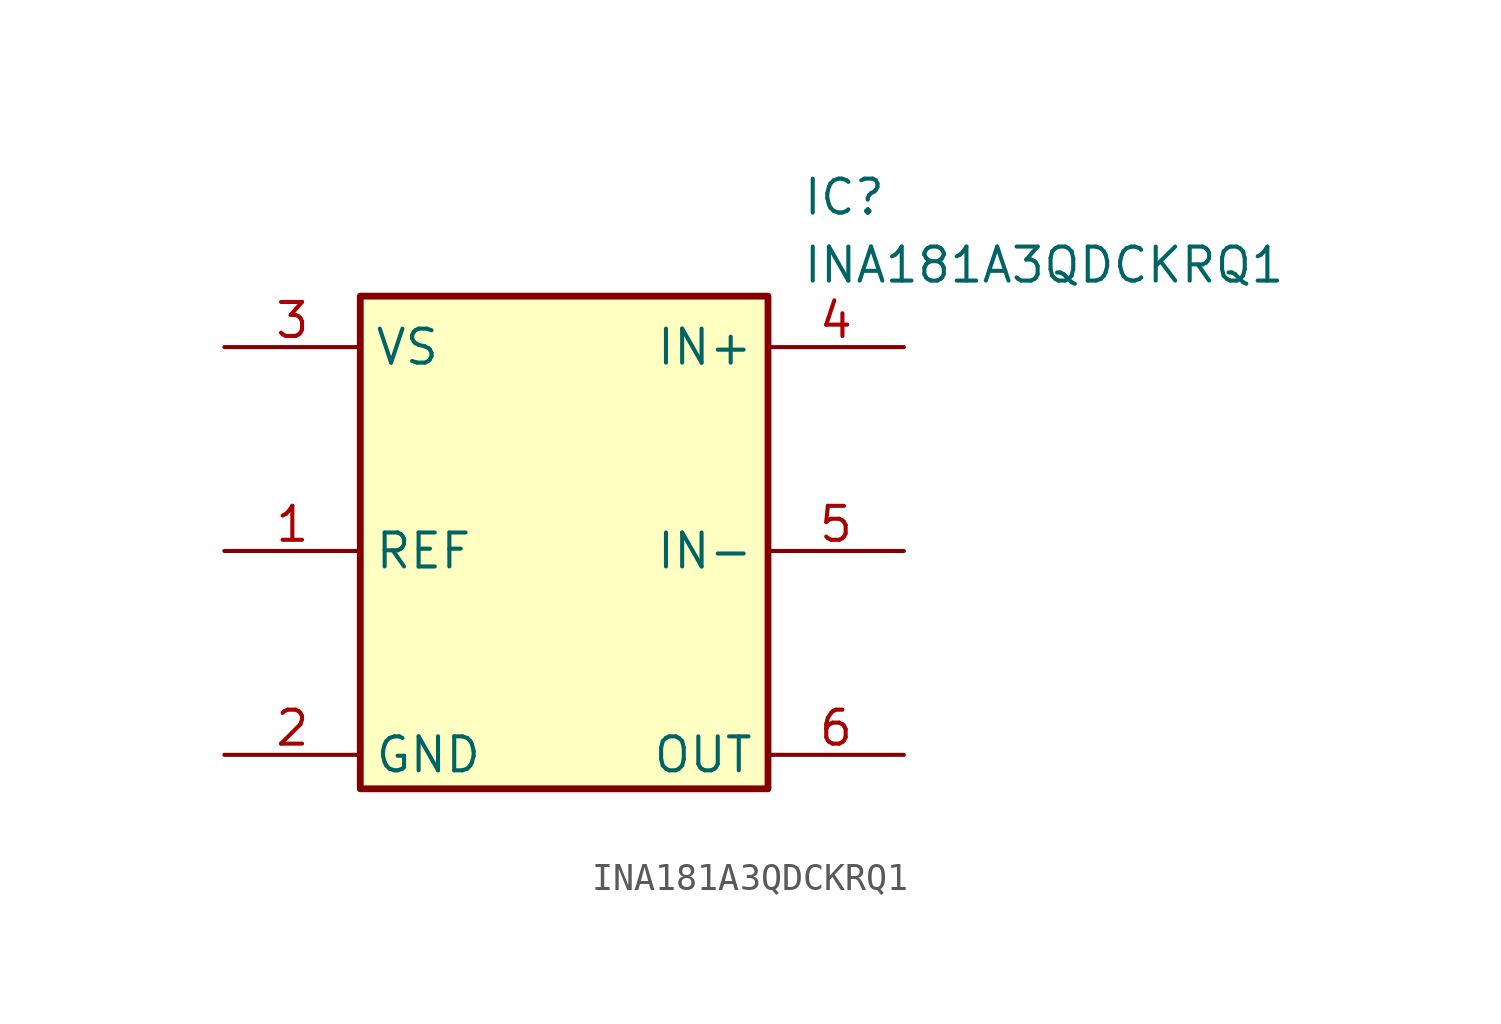
<source format=kicad_sym>
(kicad_symbol_lib
  (version 20231120)
  (generator "kicad_symbol_editor")
  (generator_version "8.0")
  (symbol "INA181A3QDCKRQ1"
    (property "Reference" "IC"
      (at 21.59 7.62 0)
      (effects (font (size 1.27 1.27)) (justify left top)))
    (property "Value" "INA181A3QDCKRQ1"
      (at 21.59 5.08 0)
      (effects (font (size 1.27 1.27)) (justify left top)))
    (symbol "INA181A3QDCKRQ1_1_1"
      (rectangle (start 5.08 3.175) (end 20.32 -15.24) (stroke (width 0.254) (type default)) (fill (type background)))
      (pin passive line (at 0 -6.35 0) (length 5.08) (name "REF" (effects (font (size 1.27 1.27)))) (number "1" (effects (font (size 1.27 1.27)))))
      (pin passive line (at 0 -13.97 0) (length 5.08) (name "GND" (effects (font (size 1.27 1.27)))) (number "2" (effects (font (size 1.27 1.27)))))
      (pin passive line (at 0 1.27 0) (length 5.08) (name "VS" (effects (font (size 1.27 1.27)))) (number "3" (effects (font (size 1.27 1.27)))))
      (pin passive line (at 25.4 1.27 180) (length 5.08) (name "IN+" (effects (font (size 1.27 1.27)))) (number "4" (effects (font (size 1.27 1.27)))))
      (pin passive line (at 25.4 -6.35 180) (length 5.08) (name "IN-" (effects (font (size 1.27 1.27)))) (number "5" (effects (font (size 1.27 1.27)))))
      (pin passive line (at 25.4 -13.97 180) (length 5.08) (name "OUT" (effects (font (size 1.27 1.27)))) (number "6" (effects (font (size 1.27 1.27))))))))
</source>
